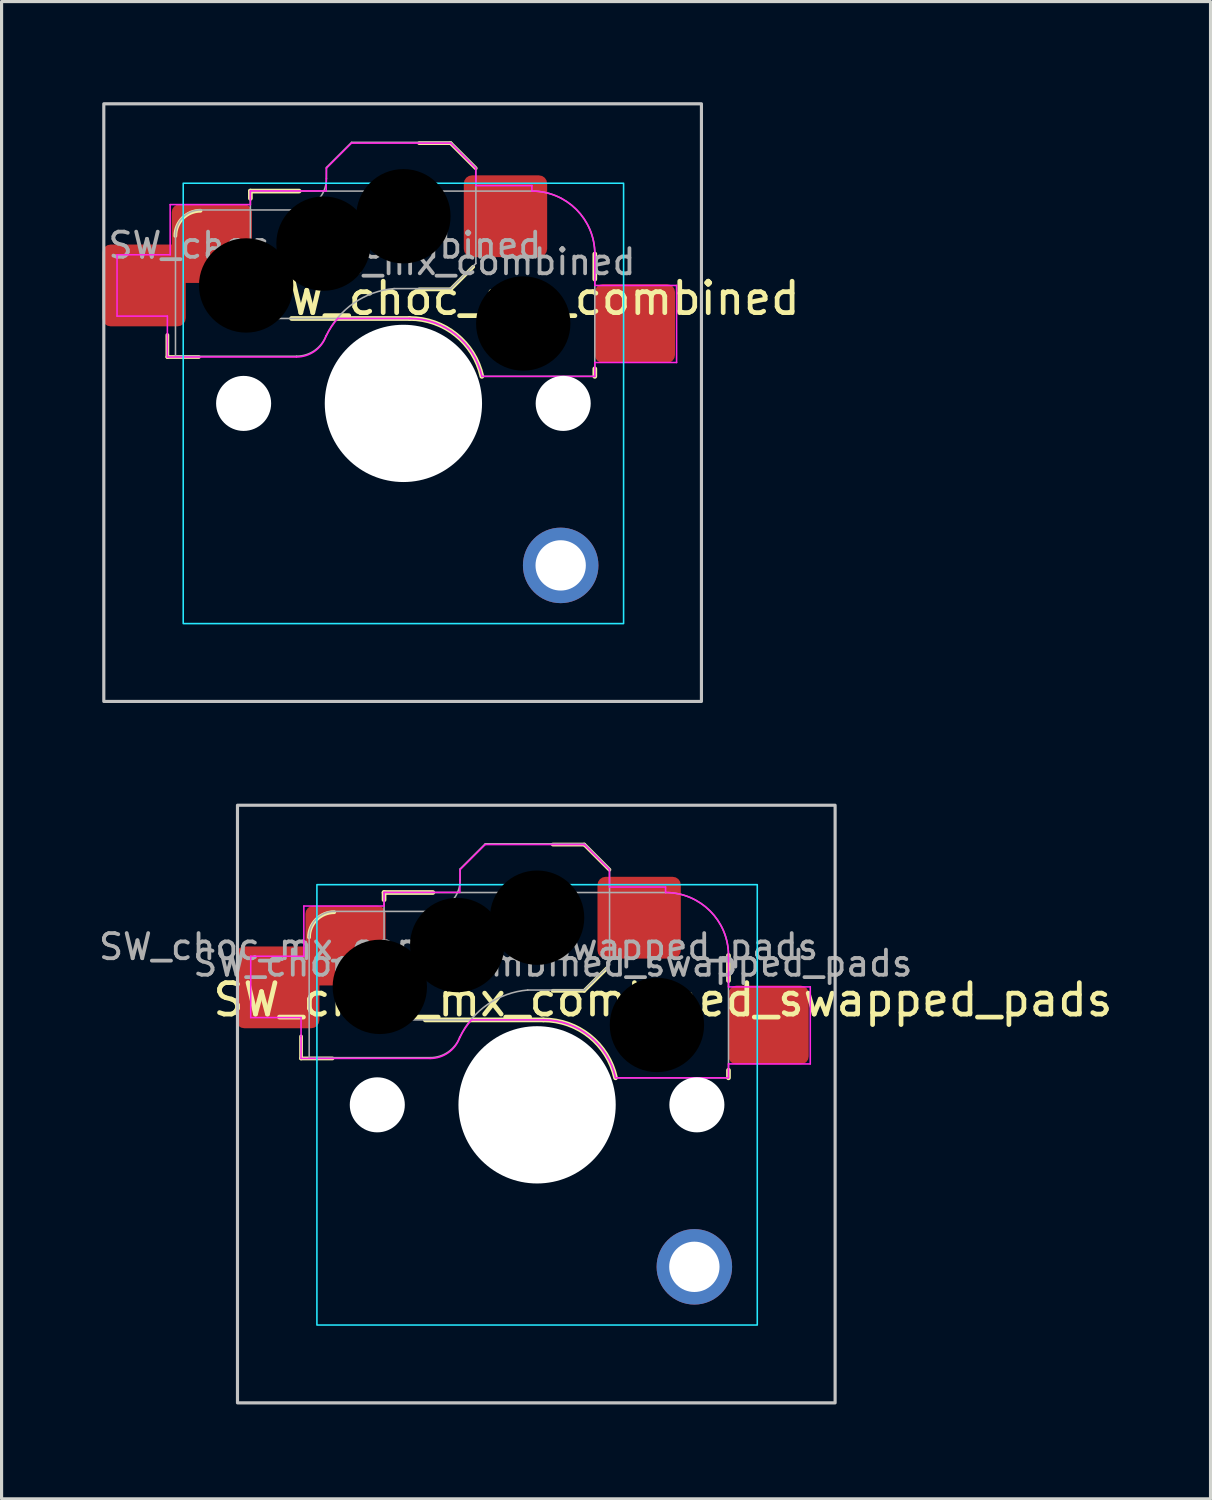
<source format=kicad_pcb>
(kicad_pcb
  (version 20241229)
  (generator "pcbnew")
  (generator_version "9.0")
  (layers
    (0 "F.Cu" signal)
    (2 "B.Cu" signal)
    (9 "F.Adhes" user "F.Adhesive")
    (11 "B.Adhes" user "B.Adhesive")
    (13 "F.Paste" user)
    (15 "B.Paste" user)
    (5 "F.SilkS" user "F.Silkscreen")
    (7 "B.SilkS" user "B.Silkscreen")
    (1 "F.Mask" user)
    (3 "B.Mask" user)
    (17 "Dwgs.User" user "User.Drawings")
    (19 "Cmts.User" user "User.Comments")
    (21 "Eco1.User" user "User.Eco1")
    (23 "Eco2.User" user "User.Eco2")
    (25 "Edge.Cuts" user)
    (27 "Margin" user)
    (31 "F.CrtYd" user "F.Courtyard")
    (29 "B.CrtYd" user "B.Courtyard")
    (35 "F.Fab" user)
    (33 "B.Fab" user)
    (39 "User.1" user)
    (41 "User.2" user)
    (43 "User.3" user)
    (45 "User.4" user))
  (footprint "SW_choc_mx_combined_swapped_pads"
    (layer "F.Cu")
    (at 4.5 22.55)
    (property "Reference" "SW_choc_mx_combined_swapped_pads" (at 13.525 6.185 0) (layer "F.SilkS") (effects (font (size 1 1) (thickness 0.15))))
    (attr smd)
    (fp_line (start 2.021 8.05) (end 2.021 7.35) (stroke (width 0.12) (type solid)) (layer "F.SilkS"))
    (fp_line (start 2.021 8.05) (end 3.021 8.05) (stroke (width 0.12) (type solid)) (layer "F.SilkS"))
    (fp_line (start 4.66 2.775) (end 4.66 3.005) (stroke (width 0.15) (type solid)) (layer "F.SilkS"))
    (fp_line (start 5.97 6.825) (end 9.725 6.825) (stroke (width 0.15) (type solid)) (layer "F.SilkS"))
    (fp_line (start 6.21 2.775) (end 4.66 2.775) (stroke (width 0.15) (type solid)) (layer "F.SilkS"))
    (fp_line (start 11.025 1.25) (end 10.025 1.25) (stroke (width 0.12) (type solid)) (layer "F.SilkS"))
    (fp_line (start 11.025 5.9) (end 10.025 5.9) (stroke (width 0.12) (type solid)) (layer "F.SilkS"))
    (fp_line (start 11.025 5.9) (end 11.743 5.182) (stroke (width 0.12) (type solid)) (layer "F.SilkS"))
    (fp_line (start 11.825 2.05) (end 11.025 1.25) (stroke (width 0.12) (type solid)) (layer "F.SilkS"))
    (fp_line (start 15.61 5.575) (end 15.61 4.775) (stroke (width 0.15) (type solid)) (layer "F.SilkS"))
    (fp_line (start 15.61 8.425) (end 15.61 8.665) (stroke (width 0.15) (type solid)) (layer "F.SilkS"))
    (fp_arc (start 2.275 4.2) (mid 2.509315 3.634315) (end 3.075 3.4) (stroke (width 0.12) (type solid)) (layer "F.SilkS"))
    (fp_arc (start 9.725 6.82478) (mid 11.195694 7.341362) (end 12.019322 8.66478) (stroke (width 0.15) (type solid)) (layer "F.SilkS"))
    (fp_rect (start 0 0) (end 19 19) (stroke (width 0.1) (type default)) (fill no) (layer "Dwgs.User"))
    (fp_line (start 2.525 3.025) (end 2.525 16.025) (stroke (width 0.05) (type solid)) (layer "Eco2.User"))
    (fp_line (start 2.575 15.975) (end 2.575 3.075) (stroke (width 0.05) (type solid)) (layer "Eco2.User"))
    (fp_line (start 3.025 16.525) (end 16.025 16.525) (stroke (width 0.05) (type solid)) (layer "Eco2.User"))
    (fp_line (start 3.075 2.575) (end 15.975 2.575) (stroke (width 0.05) (type solid)) (layer "Eco2.User"))
    (fp_line (start 15.975 16.475) (end 3.075 16.475) (stroke (width 0.05) (type solid)) (layer "Eco2.User"))
    (fp_line (start 16.025 2.525) (end 3.025 2.525) (stroke (width 0.05) (type solid)) (layer "Eco2.User"))
    (fp_line (start 16.475 3.075) (end 16.475 15.975) (stroke (width 0.05) (type solid)) (layer "Eco2.User"))
    (fp_line (start 16.525 16.025) (end 16.525 3.025) (stroke (width 0.05) (type solid)) (layer "Eco2.User"))
    (fp_arc (start 2.525 3.025) (mid 2.671447 2.671447) (end 3.025 2.525) (stroke (width 0.05) (type solid)) (layer "Eco2.User"))
    (fp_arc (start 2.575 3.075) (mid 2.721447 2.721447) (end 3.075 2.575) (stroke (width 0.05) (type solid)) (layer "Eco2.User"))
    (fp_arc (start 2.575 3.075) (mid 2.721447 2.721447) (end 3.075 2.575) (stroke (width 0.05) (type solid)) (layer "Eco2.User"))
    (fp_arc (start 3.027764 16.523884) (mid 2.674212 16.377436) (end 2.527764 16.023884) (stroke (width 0.05) (type solid)) (layer "Eco2.User"))
    (fp_arc (start 3.075 16.475) (mid 2.721447 16.328553) (end 2.575 15.975) (stroke (width 0.05) (type solid)) (layer "Eco2.User"))
    (fp_arc (start 15.975 2.575) (mid 16.328553 2.721447) (end 16.475 3.075) (stroke (width 0.05) (type solid)) (layer "Eco2.User"))
    (fp_arc (start 16.025 2.525) (mid 16.378553 2.671447) (end 16.525 3.025) (stroke (width 0.05) (type solid)) (layer "Eco2.User"))
    (fp_arc (start 16.475 15.975) (mid 16.328553 16.328553) (end 15.975 16.475) (stroke (width 0.05) (type solid)) (layer "Eco2.User"))
    (fp_arc (start 16.525 16.025) (mid 16.378553 16.378553) (end 16.025 16.525) (stroke (width 0.05) (type solid)) (layer "Eco2.User"))
    (fp_rect (start 16.525 16.525) (end 2.525 2.525) (stroke (width 0.05) (type default)) (fill no) (layer "B.CrtYd"))
    (fp_line (start 0.421 4.8) (end 0.421 6.75) (stroke (width 0.05) (type solid)) (layer "F.CrtYd"))
    (fp_line (start 0.421 6.75) (end 2.021 6.75) (stroke (width 0.05) (type solid)) (layer "F.CrtYd"))
    (fp_line (start 2.021 7.35) (end 2.021 6.75) (stroke (width 0.05) (type solid)) (layer "F.CrtYd"))
    (fp_line (start 2.021 8.05) (end 2.021 7.35) (stroke (width 0.05) (type solid)) (layer "F.CrtYd"))
    (fp_line (start 2.021 8.05) (end 6.125 8.05) (stroke (width 0.05) (type solid)) (layer "F.CrtYd"))
    (fp_line (start 2.11 4.8) (end 0.421 4.8) (stroke (width 0.05) (type solid)) (layer "F.CrtYd"))
    (fp_line (start 2.11 3.205) (end 4.66 3.205) (stroke (width 0.05) (type solid)) (layer "F.CrtYd"))
    (fp_line (start 2.11 4.8) (end 2.11 3.205) (stroke (width 0.05) (type solid)) (layer "F.CrtYd"))
    (fp_line (start 4.66 2.775) (end 4.66 3.205) (stroke (width 0.05) (type solid)) (layer "F.CrtYd"))
    (fp_line (start 7.07 2.77) (end 4.66 2.77) (stroke (width 0.05) (type solid)) (layer "F.CrtYd"))
    (fp_line (start 7.075 2.05) (end 7.07 2.77) (stroke (width 0.05) (type solid)) (layer "F.CrtYd"))
    (fp_line (start 7.075 2.05) (end 7.875 1.25) (stroke (width 0.05) (type solid)) (layer "F.CrtYd"))
    (fp_line (start 7.44 6.825) (end 9.725 6.825) (stroke (width 0.05) (type solid)) (layer "F.CrtYd"))
    (fp_line (start 11.025 1.25) (end 7.875 1.25) (stroke (width 0.05) (type solid)) (layer "F.CrtYd"))
    (fp_line (start 11.825 2.05) (end 11.025 1.25) (stroke (width 0.05) (type solid)) (layer "F.CrtYd"))
    (fp_line (start 11.825 2.05) (end 11.825 2.6) (stroke (width 0.05) (type solid)) (layer "F.CrtYd"))
    (fp_line (start 13.61 2.6) (end 11.825 2.6) (stroke (width 0.05) (type solid)) (layer "F.CrtYd"))
    (fp_line (start 13.61 2.775) (end 13.61 2.6) (stroke (width 0.05) (type solid)) (layer "F.CrtYd"))
    (fp_line (start 15.61 5.775) (end 15.61 4.775) (stroke (width 0.05) (type solid)) (layer "F.CrtYd"))
    (fp_line (start 15.61 5.775) (end 18.21 5.775) (stroke (width 0.05) (type solid)) (layer "F.CrtYd"))
    (fp_line (start 15.61 8.225) (end 15.61 8.665) (stroke (width 0.05) (type solid)) (layer "F.CrtYd"))
    (fp_line (start 15.61 8.665) (end 12.019 8.665) (stroke (width 0.05) (type solid)) (layer "F.CrtYd"))
    (fp_line (start 18.21 5.775) (end 18.21 8.225) (stroke (width 0.05) (type solid)) (layer "F.CrtYd"))
    (fp_line (start 18.21 8.225) (end 15.61 8.225) (stroke (width 0.05) (type solid)) (layer "F.CrtYd"))
    (fp_arc (start 7.064693 7.39202) (mid 6.698577 7.869152) (end 6.125 8.05) (stroke (width 0.05) (type solid)) (layer "F.CrtYd"))
    (fp_arc (start 7.064693 7.39202) (mid 7.232493 7.095264) (end 7.44 6.82478) (stroke (width 0.05) (type solid)) (layer "F.CrtYd"))
    (fp_arc (start 9.725 6.82478) (mid 11.195504 7.341599) (end 12.019322 8.66478) (stroke (width 0.05) (type solid)) (layer "F.CrtYd"))
    (fp_arc (start 13.610176 2.77478) (mid 15.024404 3.360552) (end 15.610176 4.77478) (stroke (width 0.05) (type solid)) (layer "F.CrtYd"))
    (fp_line (start 2.279 4.175) (end 2.279 8.025) (stroke (width 0.05) (type solid)) (layer "F.Fab"))
    (fp_line (start 2.279 8.025) (end 6.129 8.025) (stroke (width 0.05) (type solid)) (layer "F.Fab"))
    (fp_line (start 4.66 2.775) (end 4.66 6.825) (stroke (width 0.05) (type solid)) (layer "F.Fab"))
    (fp_line (start 4.66 6.825) (end 9.725 6.825) (stroke (width 0.05) (type solid)) (layer "F.Fab"))
    (fp_line (start 6.079 3.375) (end 3.079 3.375) (stroke (width 0.05) (type solid)) (layer "F.Fab"))
    (fp_line (start 7.079 2.025) (end 7.079 2.375) (stroke (width 0.05) (type solid)) (layer "F.Fab"))
    (fp_line (start 7.079 2.025) (end 7.879 1.225) (stroke (width 0.05) (type solid)) (layer "F.Fab"))
    (fp_line (start 11.029 1.225) (end 7.879 1.225) (stroke (width 0.05) (type solid)) (layer "F.Fab"))
    (fp_line (start 11.029 5.875) (end 9.229 5.875) (stroke (width 0.05) (type solid)) (layer "F.Fab"))
    (fp_line (start 11.029 5.875) (end 11.829 5.075) (stroke (width 0.05) (type solid)) (layer "F.Fab"))
    (fp_line (start 11.829 2.025) (end 11.029 1.225) (stroke (width 0.05) (type solid)) (layer "F.Fab"))
    (fp_line (start 11.829 2.025) (end 11.829 5.075) (stroke (width 0.05) (type solid)) (layer "F.Fab"))
    (fp_line (start 13.61 2.775) (end 4.66 2.775) (stroke (width 0.05) (type solid)) (layer "F.Fab"))
    (fp_line (start 15.61 8.665) (end 12.019 8.665) (stroke (width 0.05) (type solid)) (layer "F.Fab"))
    (fp_line (start 15.61 8.665) (end 15.61 4.775) (stroke (width 0.05) (type solid)) (layer "F.Fab"))
    (fp_arc (start 2.279 4.175) (mid 2.513315 3.609315) (end 3.079 3.375) (stroke (width 0.05) (type solid)) (layer "F.Fab"))
    (fp_arc (start 7.068693 7.36702) (mid 6.702577 7.844152) (end 6.129 8.025) (stroke (width 0.05) (type solid)) (layer "F.Fab"))
    (fp_arc (start 7.073556 7.36707) (mid 7.951729 6.332766) (end 9.229001 5.875001) (stroke (width 0.05) (type solid)) (layer "F.Fab"))
    (fp_arc (start 7.079 2.375) (mid 6.786107 3.082107) (end 6.079 3.375) (stroke (width 0.05) (type solid)) (layer "F.Fab"))
    (fp_arc (start 9.725 6.82478) (mid 11.195504 7.341599) (end 12.019322 8.66478) (stroke (width 0.05) (type solid)) (layer "F.Fab"))
    (fp_arc (start 13.610176 2.77478) (mid 15.024404 3.360552) (end 15.610176 4.77478) (stroke (width 0.05) (type solid)) (layer "F.Fab"))
    (fp_text user "${REFERENCE}" (at 10.025 5.025 0) (layer "F.Fab") (effects (font (size 0.8 0.8) (thickness 0.12))))
    (fp_text user "${REFERENCE}" (at 7.029 4.5 0) (layer "F.Fab") (effects (font (size 0.8 0.8) (thickness 0.12))))
    (pad "" np_thru_hole circle (at 4.445 9.525) (size 1.75 1.75) (drill 1.75) (layers "*.Cu" "*.Mask"))
    (pad "" np_thru_hole circle (at 4.525 5.775) (size 3.3 3.3) (drill 3) (layers "*.Mask"))
    (pad "" np_thru_hole circle (at 6.985 4.445) (size 3.3 3.3) (drill 3) (layers "*.Mask"))
    (pad "" np_thru_hole circle (at 9.525 3.575) (size 3.3 3.3) (drill 3) (layers "*.Mask"))
    (pad "" np_thru_hole circle (at 9.525 9.525 180) (size 5 5) (drill 5) (layers "*.Cu" "*.Mask"))
    (pad "" np_thru_hole circle (at 13.335 6.985) (size 3.3 3.3) (drill 3) (layers "*.Mask"))
    (pad "" np_thru_hole circle (at 14.605 9.525) (size 1.75 1.75) (drill 1.75) (layers "*.Cu" "*.Mask"))
    (pad "1" smd roundrect (at 12.77 3.575) (size 2.65 2.6) (layers "F.Cu" "F.Mask" "F.Paste") (roundrect_rratio 0.1))
    (pad "1" smd roundrect (at 16.885 6.985) (size 2.55 2.5) (layers "F.Cu" "F.Mask" "F.Paste") (roundrect_rratio 0.1))
    (pad "2" smd roundrect (at 1.28 5.79 180) (size 2.65 2.6) (layers "F.Cu" "F.Mask" "F.Paste") (roundrect_rratio 0.1))
    (pad "2" smd roundrect (at 3.435 4.463) (size 2.55 2.535) (layers "F.Cu" "F.Mask" "F.Paste") (roundrect_rratio 0.1))
    (pad "MP" thru_hole circle (at 14.525 14.675 180) (size 2.4 2.4) (drill 1.6) (layers "*.Cu" "F.Mask")))
  (footprint "SW_choc_mx_combined"
    (layer "F.Cu")
    (at 0.25 0.25)
    (property "Reference" "SW_choc_mx_combined" (at 13.525 6.185 0) (layer "F.SilkS") (effects (font (size 1 1) (thickness 0.15))))
    (attr smd)
    (fp_line (start 2.021 8.05) (end 2.021 7.35) (stroke (width 0.12) (type solid)) (layer "F.SilkS"))
    (fp_line (start 2.021 8.05) (end 3.021 8.05) (stroke (width 0.12) (type solid)) (layer "F.SilkS"))
    (fp_line (start 4.66 2.775) (end 4.66 3.005) (stroke (width 0.15) (type solid)) (layer "F.SilkS"))
    (fp_line (start 5.97 6.825) (end 9.725 6.825) (stroke (width 0.15) (type solid)) (layer "F.SilkS"))
    (fp_line (start 6.21 2.775) (end 4.66 2.775) (stroke (width 0.15) (type solid)) (layer "F.SilkS"))
    (fp_line (start 11.025 1.25) (end 10.025 1.25) (stroke (width 0.12) (type solid)) (layer "F.SilkS"))
    (fp_line (start 11.025 5.9) (end 10.025 5.9) (stroke (width 0.12) (type solid)) (layer "F.SilkS"))
    (fp_line (start 11.025 5.9) (end 11.743 5.182) (stroke (width 0.12) (type solid)) (layer "F.SilkS"))
    (fp_line (start 11.825 2.05) (end 11.025 1.25) (stroke (width 0.12) (type solid)) (layer "F.SilkS"))
    (fp_line (start 15.61 5.575) (end 15.61 4.775) (stroke (width 0.15) (type solid)) (layer "F.SilkS"))
    (fp_line (start 15.61 8.425) (end 15.61 8.665) (stroke (width 0.15) (type solid)) (layer "F.SilkS"))
    (fp_arc (start 2.275 4.2) (mid 2.509315 3.634315) (end 3.075 3.4) (stroke (width 0.12) (type solid)) (layer "F.SilkS"))
    (fp_arc (start 9.725 6.82478) (mid 11.195693 7.341362) (end 12.019322 8.66478) (stroke (width 0.15) (type solid)) (layer "F.SilkS"))
    (fp_rect (start 0 0) (end 19 19) (stroke (width 0.1) (type default)) (fill no) (layer "Dwgs.User"))
    (fp_line (start 2.525 3.025) (end 2.525 16.025) (stroke (width 0.05) (type solid)) (layer "Eco2.User"))
    (fp_line (start 2.575 15.975) (end 2.575 3.075) (stroke (width 0.05) (type solid)) (layer "Eco2.User"))
    (fp_line (start 3.025 16.525) (end 16.025 16.525) (stroke (width 0.05) (type solid)) (layer "Eco2.User"))
    (fp_line (start 3.075 2.575) (end 15.975 2.575) (stroke (width 0.05) (type solid)) (layer "Eco2.User"))
    (fp_line (start 15.975 16.475) (end 3.075 16.475) (stroke (width 0.05) (type solid)) (layer "Eco2.User"))
    (fp_line (start 16.025 2.525) (end 3.025 2.525) (stroke (width 0.05) (type solid)) (layer "Eco2.User"))
    (fp_line (start 16.475 3.075) (end 16.475 15.975) (stroke (width 0.05) (type solid)) (layer "Eco2.User"))
    (fp_line (start 16.525 16.025) (end 16.525 3.025) (stroke (width 0.05) (type solid)) (layer "Eco2.User"))
    (fp_arc (start 2.525 3.025) (mid 2.671447 2.671447) (end 3.025 2.525) (stroke (width 0.05) (type solid)) (layer "Eco2.User"))
    (fp_arc (start 2.575 3.075) (mid 2.721447 2.721447) (end 3.075 2.575) (stroke (width 0.05) (type solid)) (layer "Eco2.User"))
    (fp_arc (start 2.575 3.075) (mid 2.721447 2.721447) (end 3.075 2.575) (stroke (width 0.05) (type solid)) (layer "Eco2.User"))
    (fp_arc (start 3.027764 16.523884) (mid 2.674213 16.377436) (end 2.527764 16.023884) (stroke (width 0.05) (type solid)) (layer "Eco2.User"))
    (fp_arc (start 3.075 16.475) (mid 2.721447 16.328553) (end 2.575 15.975) (stroke (width 0.05) (type solid)) (layer "Eco2.User"))
    (fp_arc (start 15.975 2.575) (mid 16.328553 2.721447) (end 16.475 3.075) (stroke (width 0.05) (type solid)) (layer "Eco2.User"))
    (fp_arc (start 16.025 2.525) (mid 16.378553 2.671447) (end 16.525 3.025) (stroke (width 0.05) (type solid)) (layer "Eco2.User"))
    (fp_arc (start 16.475 15.975) (mid 16.328553 16.328553) (end 15.975 16.475) (stroke (width 0.05) (type solid)) (layer "Eco2.User"))
    (fp_arc (start 16.525 16.025) (mid 16.378553 16.378553) (end 16.025 16.525) (stroke (width 0.05) (type solid)) (layer "Eco2.User"))
    (fp_rect (start 16.525 16.525) (end 2.525 2.525) (stroke (width 0.05) (type default)) (fill no) (layer "B.CrtYd"))
    (fp_line (start 0.421 4.8) (end 0.421 6.75) (stroke (width 0.05) (type solid)) (layer "F.CrtYd"))
    (fp_line (start 0.421 6.75) (end 2.021 6.75) (stroke (width 0.05) (type solid)) (layer "F.CrtYd"))
    (fp_line (start 2.021 7.35) (end 2.021 6.75) (stroke (width 0.05) (type solid)) (layer "F.CrtYd"))
    (fp_line (start 2.021 8.05) (end 2.021 7.35) (stroke (width 0.05) (type solid)) (layer "F.CrtYd"))
    (fp_line (start 2.021 8.05) (end 6.125 8.05) (stroke (width 0.05) (type solid)) (layer "F.CrtYd"))
    (fp_line (start 2.11 4.8) (end 0.421 4.8) (stroke (width 0.05) (type solid)) (layer "F.CrtYd"))
    (fp_line (start 2.11 3.205) (end 4.66 3.205) (stroke (width 0.05) (type solid)) (layer "F.CrtYd"))
    (fp_line (start 2.11 4.8) (end 2.11 3.205) (stroke (width 0.05) (type solid)) (layer "F.CrtYd"))
    (fp_line (start 4.66 2.775) (end 4.66 3.205) (stroke (width 0.05) (type solid)) (layer "F.CrtYd"))
    (fp_line (start 7.07 2.77) (end 4.66 2.77) (stroke (width 0.05) (type solid)) (layer "F.CrtYd"))
    (fp_line (start 7.075 2.05) (end 7.07 2.77) (stroke (width 0.05) (type solid)) (layer "F.CrtYd"))
    (fp_line (start 7.075 2.05) (end 7.875 1.25) (stroke (width 0.05) (type solid)) (layer "F.CrtYd"))
    (fp_line (start 7.44 6.825) (end 9.725 6.825) (stroke (width 0.05) (type solid)) (layer "F.CrtYd"))
    (fp_line (start 11.025 1.25) (end 7.875 1.25) (stroke (width 0.05) (type solid)) (layer "F.CrtYd"))
    (fp_line (start 11.825 2.05) (end 11.025 1.25) (stroke (width 0.05) (type solid)) (layer "F.CrtYd"))
    (fp_line (start 11.825 2.05) (end 11.825 2.6) (stroke (width 0.05) (type solid)) (layer "F.CrtYd"))
    (fp_line (start 13.61 2.6) (end 11.825 2.6) (stroke (width 0.05) (type solid)) (layer "F.CrtYd"))
    (fp_line (start 13.61 2.775) (end 13.61 2.6) (stroke (width 0.05) (type solid)) (layer "F.CrtYd"))
    (fp_line (start 15.61 5.775) (end 15.61 4.775) (stroke (width 0.05) (type solid)) (layer "F.CrtYd"))
    (fp_line (start 15.61 5.775) (end 18.21 5.775) (stroke (width 0.05) (type solid)) (layer "F.CrtYd"))
    (fp_line (start 15.61 8.225) (end 15.61 8.665) (stroke (width 0.05) (type solid)) (layer "F.CrtYd"))
    (fp_line (start 15.61 8.665) (end 12.019 8.665) (stroke (width 0.05) (type solid)) (layer "F.CrtYd"))
    (fp_line (start 18.21 5.775) (end 18.21 8.225) (stroke (width 0.05) (type solid)) (layer "F.CrtYd"))
    (fp_line (start 18.21 8.225) (end 15.61 8.225) (stroke (width 0.05) (type solid)) (layer "F.CrtYd"))
    (fp_arc (start 7.064693 7.39202) (mid 6.698577 7.869152) (end 6.125 8.05) (stroke (width 0.05) (type solid)) (layer "F.CrtYd"))
    (fp_arc (start 7.064693 7.39202) (mid 7.232489 7.095262) (end 7.44 6.82478) (stroke (width 0.05) (type solid)) (layer "F.CrtYd"))
    (fp_arc (start 9.725 6.82478) (mid 11.195505 7.3416) (end 12.019322 8.66478) (stroke (width 0.05) (type solid)) (layer "F.CrtYd"))
    (fp_arc (start 13.610176 2.77478) (mid 15.024407 3.36055) (end 15.610176 4.77478) (stroke (width 0.05) (type solid)) (layer "F.CrtYd"))
    (fp_line (start 2.279 4.175) (end 2.279 8.025) (stroke (width 0.05) (type solid)) (layer "F.Fab"))
    (fp_line (start 2.279 8.025) (end 6.129 8.025) (stroke (width 0.05) (type solid)) (layer "F.Fab"))
    (fp_line (start 4.66 2.775) (end 4.66 6.825) (stroke (width 0.05) (type solid)) (layer "F.Fab"))
    (fp_line (start 4.66 6.825) (end 9.725 6.825) (stroke (width 0.05) (type solid)) (layer "F.Fab"))
    (fp_line (start 6.079 3.375) (end 3.079 3.375) (stroke (width 0.05) (type solid)) (layer "F.Fab"))
    (fp_line (start 7.079 2.025) (end 7.079 2.375) (stroke (width 0.05) (type solid)) (layer "F.Fab"))
    (fp_line (start 7.079 2.025) (end 7.879 1.225) (stroke (width 0.05) (type solid)) (layer "F.Fab"))
    (fp_line (start 11.029 1.225) (end 7.879 1.225) (stroke (width 0.05) (type solid)) (layer "F.Fab"))
    (fp_line (start 11.029 5.875) (end 9.229 5.875) (stroke (width 0.05) (type solid)) (layer "F.Fab"))
    (fp_line (start 11.029 5.875) (end 11.829 5.075) (stroke (width 0.05) (type solid)) (layer "F.Fab"))
    (fp_line (start 11.829 2.025) (end 11.029 1.225) (stroke (width 0.05) (type solid)) (layer "F.Fab"))
    (fp_line (start 11.829 2.025) (end 11.829 5.075) (stroke (width 0.05) (type solid)) (layer "F.Fab"))
    (fp_line (start 13.61 2.775) (end 4.66 2.775) (stroke (width 0.05) (type solid)) (layer "F.Fab"))
    (fp_line (start 15.61 8.665) (end 12.019 8.665) (stroke (width 0.05) (type solid)) (layer "F.Fab"))
    (fp_line (start 15.61 8.665) (end 15.61 4.775) (stroke (width 0.05) (type solid)) (layer "F.Fab"))
    (fp_arc (start 2.279 4.175) (mid 2.513315 3.609315) (end 3.079 3.375) (stroke (width 0.05) (type solid)) (layer "F.Fab"))
    (fp_arc (start 7.068693 7.36702) (mid 6.702577 7.844152) (end 6.129 8.025) (stroke (width 0.05) (type solid)) (layer "F.Fab"))
    (fp_arc (start 7.073556 7.36707) (mid 7.951729 6.332766) (end 9.229001 5.875001) (stroke (width 0.05) (type solid)) (layer "F.Fab"))
    (fp_arc (start 7.079 2.375) (mid 6.786107 3.082107) (end 6.079 3.375) (stroke (width 0.05) (type solid)) (layer "F.Fab"))
    (fp_arc (start 9.725 6.82478) (mid 11.195505 7.3416) (end 12.019322 8.66478) (stroke (width 0.05) (type solid)) (layer "F.Fab"))
    (fp_arc (start 13.610176 2.77478) (mid 15.024407 3.36055) (end 15.610176 4.77478) (stroke (width 0.05) (type solid)) (layer "F.Fab"))
    (fp_text user "${REFERENCE}" (at 7.029 4.5 0) (layer "F.Fab") (effects (font (size 0.8 0.8) (thickness 0.12))))
    (fp_text user "${REFERENCE}" (at 10.025 5.025 0) (layer "F.Fab") (effects (font (size 0.8 0.8) (thickness 0.12))))
    (pad "" np_thru_hole circle (at 4.445 9.525) (size 1.75 1.75) (drill 1.75) (layers "*.Cu" "*.Mask"))
    (pad "" np_thru_hole circle (at 4.525 5.775) (size 3.3 3.3) (drill 3) (layers "*.Mask"))
    (pad "" np_thru_hole circle (at 6.985 4.445) (size 3.3 3.3) (drill 3) (layers "*.Mask"))
    (pad "" np_thru_hole circle (at 9.525 3.575) (size 3.3 3.3) (drill 3) (layers "*.Mask"))
    (pad "" np_thru_hole circle (at 9.525 9.525 180) (size 5 5) (drill 5) (layers "*.Cu" "*.Mask"))
    (pad "" np_thru_hole circle (at 13.335 6.985) (size 3.3 3.3) (drill 3) (layers "*.Mask"))
    (pad "" np_thru_hole circle (at 14.605 9.525) (size 1.75 1.75) (drill 1.75) (layers "*.Cu" "*.Mask"))
    (pad "1" smd roundrect (at 1.28 5.775) (size 2.65 2.6) (layers "F.Cu" "F.Mask" "F.Paste") (roundrect_rratio 0.1))
    (pad "1" smd roundrect (at 3.435 4.445) (size 2.55 2.5) (layers "F.Cu" "F.Mask" "F.Paste") (roundrect_rratio 0.1))
    (pad "1" thru_hole circle (at 14.525 14.675 180) (size 2.4 2.4) (drill 1.6) (layers "*.Cu" "F.Mask"))
    (pad "2" smd roundrect (at 12.77 3.575) (size 2.65 2.6) (layers "F.Cu" "F.Mask" "F.Paste") (roundrect_rratio 0.1))
    (pad "2" smd roundrect (at 16.885 6.985) (size 2.55 2.5) (layers "F.Cu" "F.Mask" "F.Paste") (roundrect_rratio 0.1)))
  (gr_rect
    (start -3 -3)
    (end 35.435 44.6)
    (stroke (width 0.1) (type default))
    (fill no)
    (layer "Edge.Cuts")))
</source>
